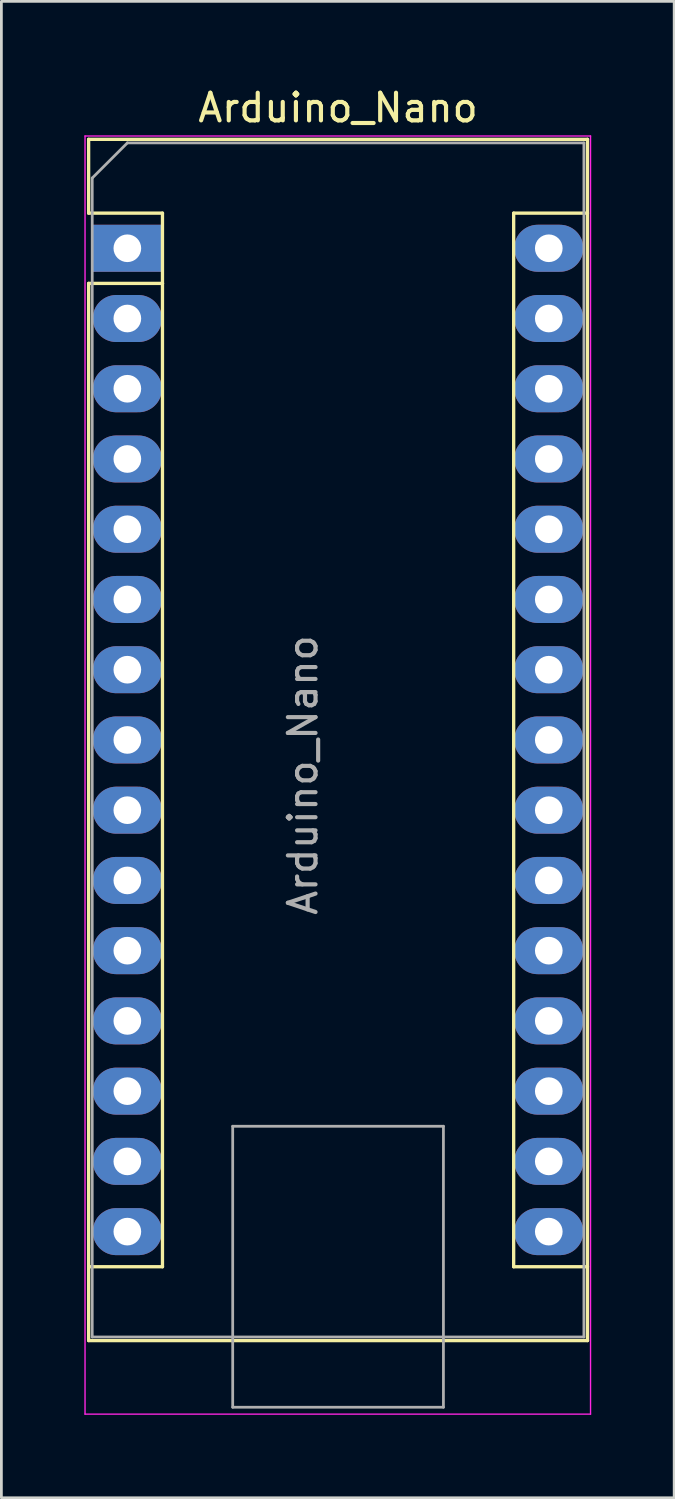
<source format=kicad_pcb>
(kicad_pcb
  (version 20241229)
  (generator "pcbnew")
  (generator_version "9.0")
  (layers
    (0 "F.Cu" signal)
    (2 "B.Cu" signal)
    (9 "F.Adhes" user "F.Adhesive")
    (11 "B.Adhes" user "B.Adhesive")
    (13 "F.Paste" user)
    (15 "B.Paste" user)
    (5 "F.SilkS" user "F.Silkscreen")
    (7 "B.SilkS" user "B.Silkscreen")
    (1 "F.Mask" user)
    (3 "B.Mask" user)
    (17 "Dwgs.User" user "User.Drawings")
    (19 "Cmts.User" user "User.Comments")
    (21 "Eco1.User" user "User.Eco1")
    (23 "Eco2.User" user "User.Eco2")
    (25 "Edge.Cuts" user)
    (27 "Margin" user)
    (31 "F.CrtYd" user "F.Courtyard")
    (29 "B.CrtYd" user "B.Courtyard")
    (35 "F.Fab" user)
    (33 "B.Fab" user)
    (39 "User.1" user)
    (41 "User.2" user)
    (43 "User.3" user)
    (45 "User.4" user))
  (footprint "Arduino_Nano"
    (layer "F.Cu")
    (at 1.555 5.928)
    (property "Reference" "Arduino_Nano" (at 7.62 -5.08 0) (layer "F.SilkS") (effects (font (size 1 1) (thickness 0.15))))
    (attr through_hole)
    (fp_line (start -1.4 -3.94) (end -1.4 -1.27) (stroke (width 0.12) (type solid)) (layer "F.SilkS"))
    (fp_line (start -1.4 1.27) (end -1.4 39.5) (stroke (width 0.12) (type solid)) (layer "F.SilkS"))
    (fp_line (start -1.4 39.5) (end 16.64 39.5) (stroke (width 0.12) (type solid)) (layer "F.SilkS"))
    (fp_line (start 1.27 -1.27) (end -1.4 -1.27) (stroke (width 0.12) (type solid)) (layer "F.SilkS"))
    (fp_line (start 1.27 1.27) (end -1.4 1.27) (stroke (width 0.12) (type solid)) (layer "F.SilkS"))
    (fp_line (start 1.27 1.27) (end 1.27 -1.27) (stroke (width 0.12) (type solid)) (layer "F.SilkS"))
    (fp_line (start 1.27 1.27) (end 1.27 36.83) (stroke (width 0.12) (type solid)) (layer "F.SilkS"))
    (fp_line (start 1.27 36.83) (end -1.4 36.83) (stroke (width 0.12) (type solid)) (layer "F.SilkS"))
    (fp_line (start 13.97 -1.27) (end 13.97 36.83) (stroke (width 0.12) (type solid)) (layer "F.SilkS"))
    (fp_line (start 13.97 -1.27) (end 16.64 -1.27) (stroke (width 0.12) (type solid)) (layer "F.SilkS"))
    (fp_line (start 13.97 36.83) (end 16.64 36.83) (stroke (width 0.12) (type solid)) (layer "F.SilkS"))
    (fp_line (start 16.64 -3.94) (end -1.4 -3.94) (stroke (width 0.12) (type solid)) (layer "F.SilkS"))
    (fp_line (start 16.64 39.5) (end 16.64 -3.94) (stroke (width 0.12) (type solid)) (layer "F.SilkS"))
    (fp_line (start -1.53 -4.06) (end -1.53 42.16) (stroke (width 0.05) (type solid)) (layer "F.CrtYd"))
    (fp_line (start -1.53 -4.06) (end 16.75 -4.06) (stroke (width 0.05) (type solid)) (layer "F.CrtYd"))
    (fp_line (start 16.75 42.16) (end -1.53 42.16) (stroke (width 0.05) (type solid)) (layer "F.CrtYd"))
    (fp_line (start 16.75 42.16) (end 16.75 -4.06) (stroke (width 0.05) (type solid)) (layer "F.CrtYd"))
    (fp_line (start -1.27 -2.54) (end 0 -3.81) (stroke (width 0.1) (type solid)) (layer "F.Fab"))
    (fp_line (start -1.27 39.37) (end -1.27 -2.54) (stroke (width 0.1) (type solid)) (layer "F.Fab"))
    (fp_line (start 0 -3.81) (end 16.51 -3.81) (stroke (width 0.1) (type solid)) (layer "F.Fab"))
    (fp_line (start 3.81 31.75) (end 11.43 31.75) (stroke (width 0.1) (type solid)) (layer "F.Fab"))
    (fp_line (start 3.81 41.91) (end 3.81 31.75) (stroke (width 0.1) (type solid)) (layer "F.Fab"))
    (fp_line (start 11.43 31.75) (end 11.43 41.91) (stroke (width 0.1) (type solid)) (layer "F.Fab"))
    (fp_line (start 11.43 41.91) (end 3.81 41.91) (stroke (width 0.1) (type solid)) (layer "F.Fab"))
    (fp_line (start 16.51 -3.81) (end 16.51 39.37) (stroke (width 0.1) (type solid)) (layer "F.Fab"))
    (fp_line (start 16.51 39.37) (end -1.27 39.37) (stroke (width 0.1) (type solid)) (layer "F.Fab"))
    (fp_text user "${REFERENCE}" (at 6.35 19.05 90) (layer "F.Fab") (effects (font (size 1 1) (thickness 0.15))))
    (pad "1" thru_hole rect (at 0 0) (size 2.5 1.7) (drill 1) (layers "*.Cu" "*.Mask"))
    (pad "2" thru_hole oval (at 0 2.54) (size 2.5 1.7) (drill 1) (layers "*.Cu" "*.Mask"))
    (pad "3" thru_hole oval (at 0 5.08) (size 2.5 1.7) (drill 1) (layers "*.Cu" "*.Mask"))
    (pad "4" thru_hole oval (at 0 7.62) (size 2.5 1.7) (drill 1) (layers "*.Cu" "*.Mask"))
    (pad "5" thru_hole oval (at 0 10.16) (size 2.5 1.7) (drill 1) (layers "*.Cu" "*.Mask"))
    (pad "6" thru_hole oval (at 0 12.7) (size 2.5 1.7) (drill 1) (layers "*.Cu" "*.Mask"))
    (pad "7" thru_hole oval (at 0 15.24) (size 2.5 1.7) (drill 1) (layers "*.Cu" "*.Mask"))
    (pad "8" thru_hole oval (at 0 17.78) (size 2.5 1.7) (drill 1) (layers "*.Cu" "*.Mask"))
    (pad "9" thru_hole oval (at 0 20.32) (size 2.5 1.7) (drill 1) (layers "*.Cu" "*.Mask"))
    (pad "10" thru_hole oval (at 0 22.86) (size 2.5 1.7) (drill 1) (layers "*.Cu" "*.Mask"))
    (pad "11" thru_hole oval (at 0 25.4) (size 2.5 1.7) (drill 1) (layers "*.Cu" "*.Mask"))
    (pad "12" thru_hole oval (at 0 27.94) (size 2.5 1.7) (drill 1) (layers "*.Cu" "*.Mask"))
    (pad "13" thru_hole oval (at 0 30.48) (size 2.5 1.7) (drill 1) (layers "*.Cu" "*.Mask"))
    (pad "14" thru_hole oval (at 0 33.02) (size 2.5 1.7) (drill 1) (layers "*.Cu" "*.Mask"))
    (pad "15" thru_hole oval (at 0 35.56) (size 2.5 1.7) (drill 1) (layers "*.Cu" "*.Mask"))
    (pad "16" thru_hole oval (at 15.24 35.56) (size 2.5 1.7) (drill 1) (layers "*.Cu" "*.Mask"))
    (pad "17" thru_hole oval (at 15.24 33.02) (size 2.5 1.7) (drill 1) (layers "*.Cu" "*.Mask"))
    (pad "18" thru_hole oval (at 15.24 30.48) (size 2.5 1.7) (drill 1) (layers "*.Cu" "*.Mask"))
    (pad "19" thru_hole oval (at 15.24 27.94) (size 2.5 1.7) (drill 1) (layers "*.Cu" "*.Mask"))
    (pad "20" thru_hole oval (at 15.24 25.4) (size 2.5 1.7) (drill 1) (layers "*.Cu" "*.Mask"))
    (pad "21" thru_hole oval (at 15.24 22.86) (size 2.5 1.7) (drill 1) (layers "*.Cu" "*.Mask"))
    (pad "22" thru_hole oval (at 15.24 20.32) (size 2.5 1.7) (drill 1) (layers "*.Cu" "*.Mask"))
    (pad "23" thru_hole oval (at 15.24 17.78) (size 2.5 1.7) (drill 1) (layers "*.Cu" "*.Mask"))
    (pad "24" thru_hole oval (at 15.24 15.24) (size 2.5 1.7) (drill 1) (layers "*.Cu" "*.Mask"))
    (pad "25" thru_hole oval (at 15.24 12.7) (size 2.5 1.7) (drill 1) (layers "*.Cu" "*.Mask"))
    (pad "26" thru_hole oval (at 15.24 10.16) (size 2.5 1.7) (drill 1) (layers "*.Cu" "*.Mask"))
    (pad "27" thru_hole oval (at 15.24 7.62) (size 2.5 1.7) (drill 1) (layers "*.Cu" "*.Mask"))
    (pad "28" thru_hole oval (at 15.24 5.08) (size 2.5 1.7) (drill 1) (layers "*.Cu" "*.Mask"))
    (pad "29" thru_hole oval (at 15.24 2.54) (size 2.5 1.7) (drill 1) (layers "*.Cu" "*.Mask"))
    (pad "30" thru_hole oval (at 15.24 0) (size 2.5 1.7) (drill 1) (layers "*.Cu" "*.Mask")))
  (gr_rect
    (start -3 -3)
    (end 21.33 51.113)
    (stroke (width 0.1) (type default))
    (fill no)
    (layer "Edge.Cuts")))
</source>
